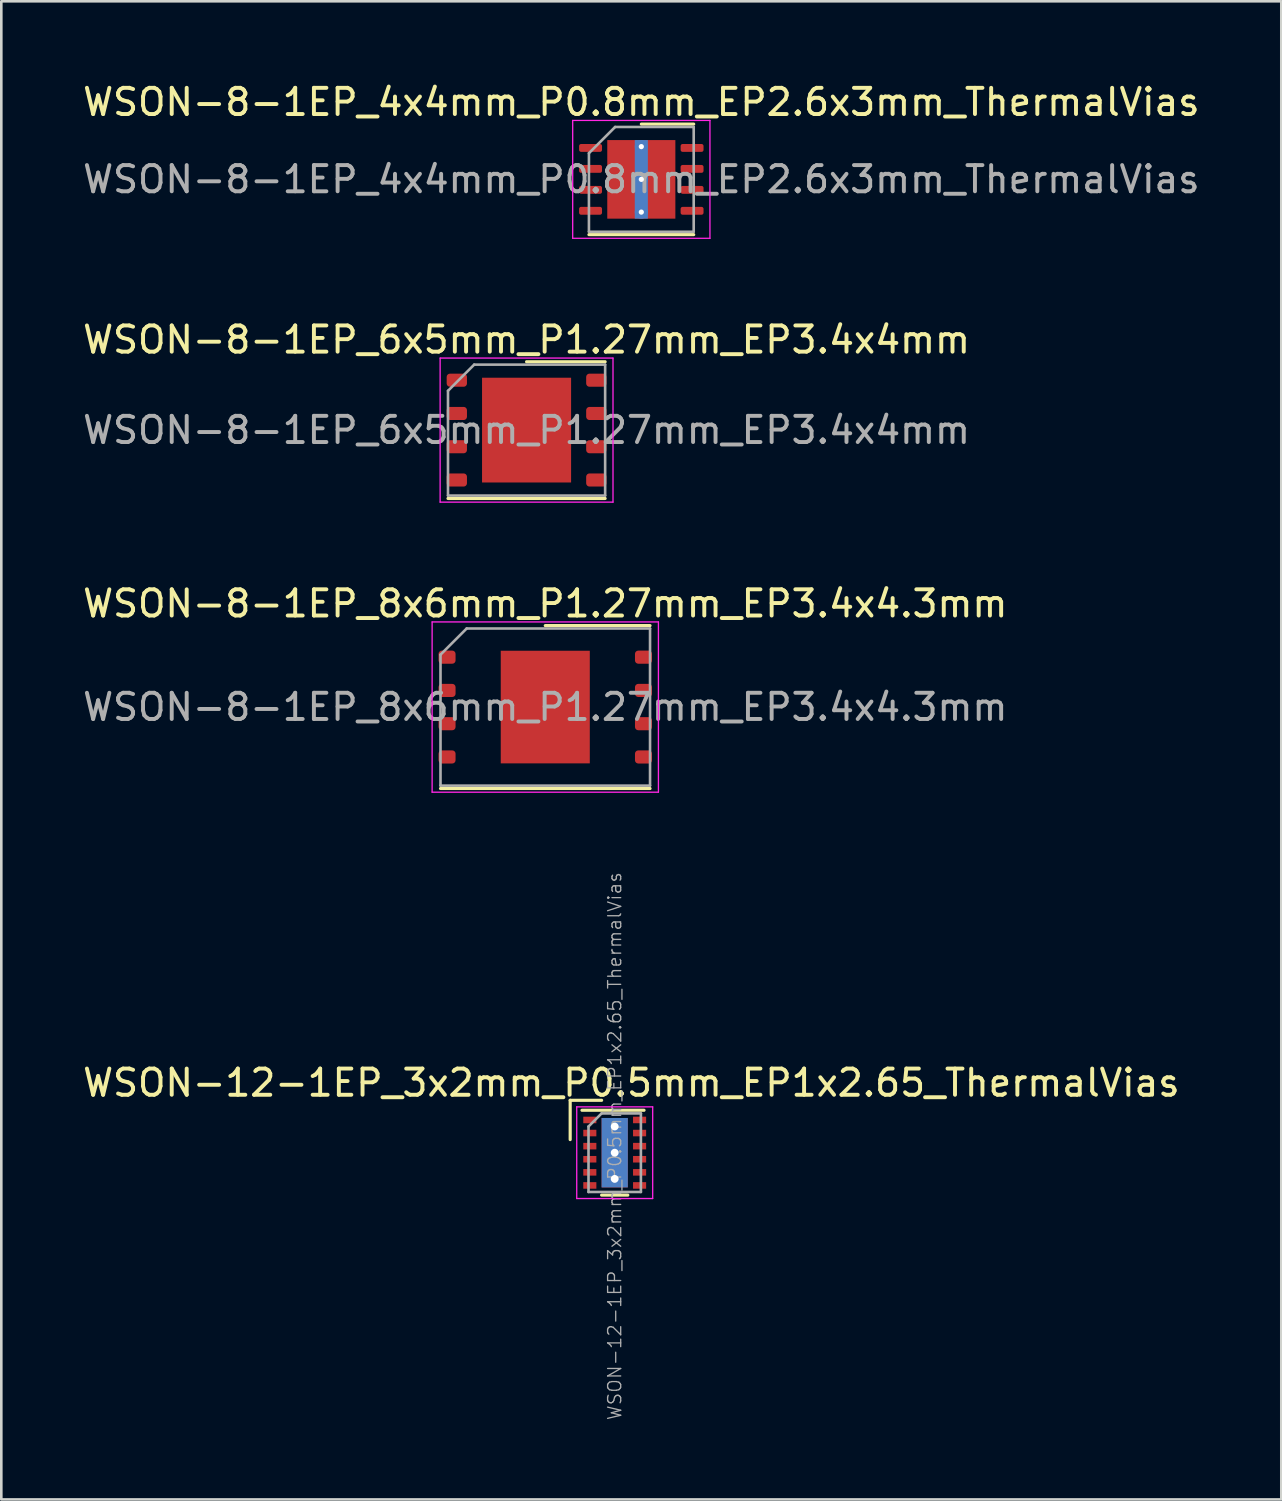
<source format=kicad_pcb>
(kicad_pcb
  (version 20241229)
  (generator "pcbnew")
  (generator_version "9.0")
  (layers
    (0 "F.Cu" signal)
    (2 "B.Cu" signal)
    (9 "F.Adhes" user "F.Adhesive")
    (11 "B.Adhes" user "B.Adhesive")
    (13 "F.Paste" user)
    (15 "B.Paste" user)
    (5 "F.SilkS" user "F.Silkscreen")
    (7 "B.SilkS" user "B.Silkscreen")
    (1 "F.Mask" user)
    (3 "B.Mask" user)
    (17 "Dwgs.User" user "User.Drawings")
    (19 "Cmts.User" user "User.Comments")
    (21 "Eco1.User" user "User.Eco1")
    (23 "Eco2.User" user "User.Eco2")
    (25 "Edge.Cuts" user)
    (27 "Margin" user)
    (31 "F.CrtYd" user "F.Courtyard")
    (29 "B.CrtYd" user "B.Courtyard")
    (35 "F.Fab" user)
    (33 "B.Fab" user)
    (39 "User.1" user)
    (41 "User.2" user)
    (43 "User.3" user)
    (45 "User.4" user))
  (footprint "WSON-8-1EP_6x5mm_P1.27mm_EP3.4x4mm"
    (layer "F.Cu")
    (at 17.054 13.371)
    (property "Reference" "WSON-8-1EP_6x5mm_P1.27mm_EP3.4x4mm" (at 0 -3.45 0) (layer "F.SilkS") (effects (font (size 1 1) (thickness 0.15))))
    (attr smd)
    (fp_line (start -3 2.61) (end 3 2.61) (stroke (width 0.12) (type solid)) (layer "F.SilkS"))
    (fp_line (start 0 -2.61) (end 3 -2.61) (stroke (width 0.12) (type solid)) (layer "F.SilkS"))
    (fp_line (start -3.3 -2.75) (end -3.3 2.75) (stroke (width 0.05) (type solid)) (layer "F.CrtYd"))
    (fp_line (start -3.3 2.75) (end 3.3 2.75) (stroke (width 0.05) (type solid)) (layer "F.CrtYd"))
    (fp_line (start 3.3 -2.75) (end -3.3 -2.75) (stroke (width 0.05) (type solid)) (layer "F.CrtYd"))
    (fp_line (start 3.3 2.75) (end 3.3 -2.75) (stroke (width 0.05) (type solid)) (layer "F.CrtYd"))
    (fp_line (start -3 -1.5) (end -2 -2.5) (stroke (width 0.1) (type solid)) (layer "F.Fab"))
    (fp_line (start -3 2.5) (end -3 -1.5) (stroke (width 0.1) (type solid)) (layer "F.Fab"))
    (fp_line (start -2 -2.5) (end 3 -2.5) (stroke (width 0.1) (type solid)) (layer "F.Fab"))
    (fp_line (start 3 -2.5) (end 3 2.5) (stroke (width 0.1) (type solid)) (layer "F.Fab"))
    (fp_line (start 3 2.5) (end -3 2.5) (stroke (width 0.1) (type solid)) (layer "F.Fab"))
    (fp_text user "${REFERENCE}" (at 0 0 0) (layer "F.Fab") (effects (font (size 1 1) (thickness 0.15))))
    (pad "" smd roundrect (at -0.85 -1) (size 1.37 1.61) (layers "F.Paste") (roundrect_rratio 0.182))
    (pad "" smd roundrect (at -0.85 1) (size 1.37 1.61) (layers "F.Paste") (roundrect_rratio 0.182))
    (pad "" smd roundrect (at 0.85 -1) (size 1.37 1.61) (layers "F.Paste") (roundrect_rratio 0.182))
    (pad "" smd roundrect (at 0.85 1) (size 1.37 1.61) (layers "F.Paste") (roundrect_rratio 0.182))
    (pad "1" smd roundrect (at -2.663 -1.905) (size 0.775 0.5) (layers "F.Cu" "F.Mask" "F.Paste") (roundrect_rratio 0.25))
    (pad "2" smd roundrect (at -2.663 -0.635) (size 0.775 0.5) (layers "F.Cu" "F.Mask" "F.Paste") (roundrect_rratio 0.25))
    (pad "3" smd roundrect (at -2.663 0.635) (size 0.775 0.5) (layers "F.Cu" "F.Mask" "F.Paste") (roundrect_rratio 0.25))
    (pad "4" smd roundrect (at -2.663 1.905) (size 0.775 0.5) (layers "F.Cu" "F.Mask" "F.Paste") (roundrect_rratio 0.25))
    (pad "5" smd roundrect (at 2.663 1.905) (size 0.775 0.5) (layers "F.Cu" "F.Mask" "F.Paste") (roundrect_rratio 0.25))
    (pad "6" smd roundrect (at 2.663 0.635) (size 0.775 0.5) (layers "F.Cu" "F.Mask" "F.Paste") (roundrect_rratio 0.25))
    (pad "7" smd roundrect (at 2.663 -0.635) (size 0.775 0.5) (layers "F.Cu" "F.Mask" "F.Paste") (roundrect_rratio 0.25))
    (pad "8" smd roundrect (at 2.663 -1.905) (size 0.775 0.5) (layers "F.Cu" "F.Mask" "F.Paste") (roundrect_rratio 0.25))
    (pad "9" smd rect (at 0 0) (size 3.4 4) (layers "F.Cu" "F.Mask")))
  (footprint "WSON-8-1EP_4x4mm_P0.8mm_EP2.6x3mm_ThermalVias"
    (layer "F.Cu")
    (at 21.435 3.798)
    (property "Reference" "WSON-8-1EP_4x4mm_P0.8mm_EP2.6x3mm_ThermalVias" (at 0 -2.95 0) (layer "F.SilkS") (effects (font (size 1 1) (thickness 0.15))))
    (attr smd)
    (fp_line (start -2 2.11) (end 2 2.11) (stroke (width 0.12) (type solid)) (layer "F.SilkS"))
    (fp_line (start 0 -2.11) (end 2 -2.11) (stroke (width 0.12) (type solid)) (layer "F.SilkS"))
    (fp_line (start -2.62 -2.25) (end -2.62 2.25) (stroke (width 0.05) (type solid)) (layer "F.CrtYd"))
    (fp_line (start -2.62 2.25) (end 2.62 2.25) (stroke (width 0.05) (type solid)) (layer "F.CrtYd"))
    (fp_line (start 2.62 -2.25) (end -2.62 -2.25) (stroke (width 0.05) (type solid)) (layer "F.CrtYd"))
    (fp_line (start 2.62 2.25) (end 2.62 -2.25) (stroke (width 0.05) (type solid)) (layer "F.CrtYd"))
    (fp_line (start -2 -1) (end -1 -2) (stroke (width 0.1) (type solid)) (layer "F.Fab"))
    (fp_line (start -2 2) (end -2 -1) (stroke (width 0.1) (type solid)) (layer "F.Fab"))
    (fp_line (start -1 -2) (end 2 -2) (stroke (width 0.1) (type solid)) (layer "F.Fab"))
    (fp_line (start 2 -2) (end 2 2) (stroke (width 0.1) (type solid)) (layer "F.Fab"))
    (fp_line (start 2 2) (end -2 2) (stroke (width 0.1) (type solid)) (layer "F.Fab"))
    (fp_text user "${REFERENCE}" (at 0 0 0) (layer "F.Fab") (effects (font (size 1 1) (thickness 0.15))))
    (pad "" smd roundrect (at -0.65 -0.625) (size 1.048 1.008) (layers "F.Paste") (roundrect_rratio 0.248))
    (pad "" smd roundrect (at -0.65 0.625) (size 1.048 1.008) (layers "F.Paste") (roundrect_rratio 0.248))
    (pad "" smd roundrect (at 0.65 -0.625) (size 1.048 1.008) (layers "F.Paste") (roundrect_rratio 0.248))
    (pad "" smd roundrect (at 0.65 0.625) (size 1.048 1.008) (layers "F.Paste") (roundrect_rratio 0.248))
    (pad "1" smd roundrect (at -1.938 -1.2) (size 0.875 0.3) (layers "F.Cu" "F.Mask" "F.Paste") (roundrect_rratio 0.25))
    (pad "2" smd roundrect (at -1.938 -0.4) (size 0.875 0.3) (layers "F.Cu" "F.Mask" "F.Paste") (roundrect_rratio 0.25))
    (pad "3" smd roundrect (at -1.938 0.4) (size 0.875 0.3) (layers "F.Cu" "F.Mask" "F.Paste") (roundrect_rratio 0.25))
    (pad "4" smd roundrect (at -1.938 1.2) (size 0.875 0.3) (layers "F.Cu" "F.Mask" "F.Paste") (roundrect_rratio 0.25))
    (pad "5" smd roundrect (at 1.938 1.2) (size 0.875 0.3) (layers "F.Cu" "F.Mask" "F.Paste") (roundrect_rratio 0.25))
    (pad "6" smd roundrect (at 1.938 0.4) (size 0.875 0.3) (layers "F.Cu" "F.Mask" "F.Paste") (roundrect_rratio 0.25))
    (pad "7" smd roundrect (at 1.938 -0.4) (size 0.875 0.3) (layers "F.Cu" "F.Mask" "F.Paste") (roundrect_rratio 0.25))
    (pad "8" smd roundrect (at 1.938 -1.2) (size 0.875 0.3) (layers "F.Cu" "F.Mask" "F.Paste") (roundrect_rratio 0.25))
    (pad "9" thru_hole circle (at 0 -1.25) (size 0.5 0.5) (drill 0.2) (layers "*.Cu"))
    (pad "9" thru_hole circle (at 0 0) (size 0.5 0.5) (drill 0.2) (layers "*.Cu"))
    (pad "9" smd rect (at 0 0) (size 0.5 3) (layers "B.Cu"))
    (pad "9" smd rect (at 0 0) (size 2.6 3) (layers "F.Cu" "F.Mask"))
    (pad "9" thru_hole circle (at 0 1.25) (size 0.5 0.5) (drill 0.2) (layers "*.Cu")))
  (footprint "WSON-12-1EP_3x2mm_P0.5mm_EP1x2.65_ThermalVias"
    (layer "F.Cu")
    (at 20.419 40.959)
    (property "Reference" "WSON-12-1EP_3x2mm_P0.5mm_EP1x2.65_ThermalVias" (at 0.635 -2.667 0) (layer "F.SilkS") (effects (font (size 1 1) (thickness 0.15))))
    (attr smd)
    (fp_line (start -1.7 -2) (end -0.5 -2) (stroke (width 0.12) (type solid)) (layer "F.SilkS"))
    (fp_line (start -1.7 -0.5) (end -1.7 -2) (stroke (width 0.12) (type solid)) (layer "F.SilkS"))
    (fp_line (start -1.25 -1.62) (end 1.12 -1.62) (stroke (width 0.12) (type solid)) (layer "F.SilkS"))
    (fp_line (start 0.5 1.62) (end -0.5 1.62) (stroke (width 0.12) (type solid)) (layer "F.SilkS"))
    (fp_line (start -1.45 -1.75) (end 1.45 -1.75) (stroke (width 0.05) (type solid)) (layer "F.CrtYd"))
    (fp_line (start -1.45 1.75) (end -1.45 -1.75) (stroke (width 0.05) (type solid)) (layer "F.CrtYd"))
    (fp_line (start 1.45 -1.75) (end 1.45 1.75) (stroke (width 0.05) (type solid)) (layer "F.CrtYd"))
    (fp_line (start 1.45 1.75) (end -1.45 1.75) (stroke (width 0.05) (type solid)) (layer "F.CrtYd"))
    (fp_line (start -1 -1) (end -0.5 -1.5) (stroke (width 0.1) (type solid)) (layer "F.Fab"))
    (fp_line (start -1 1.5) (end -1 -1) (stroke (width 0.1) (type solid)) (layer "F.Fab"))
    (fp_line (start -0.5 -1.5) (end 1 -1.5) (stroke (width 0.1) (type solid)) (layer "F.Fab"))
    (fp_line (start 1 -1.5) (end 1 1.5) (stroke (width 0.1) (type solid)) (layer "F.Fab"))
    (fp_line (start 1 1.5) (end -1 1.5) (stroke (width 0.1) (type solid)) (layer "F.Fab"))
    (fp_text user "${REFERENCE}" (at 0 -0.25 90) (layer "F.Fab") (effects (font (size 0.5 0.5) (thickness 0.05))))
    (pad "" smd rect (at 0 -0.5) (size 0.95 0.8) (layers "F.Paste"))
    (pad "" smd rect (at 0 0.5) (size 0.95 0.8) (layers "F.Paste"))
    (pad "1" smd rect (at -0.95 -1.25) (size 0.5 0.25) (layers "F.Cu" "F.Mask" "F.Paste"))
    (pad "2" smd rect (at -0.95 -0.75) (size 0.5 0.25) (layers "F.Cu" "F.Mask" "F.Paste"))
    (pad "3" smd rect (at -0.95 -0.25) (size 0.5 0.25) (layers "F.Cu" "F.Mask" "F.Paste"))
    (pad "4" smd rect (at -0.95 0.25) (size 0.5 0.25) (layers "F.Cu" "F.Mask" "F.Paste"))
    (pad "5" smd rect (at -0.95 0.75) (size 0.5 0.25) (layers "F.Cu" "F.Mask" "F.Paste"))
    (pad "6" smd rect (at -0.95 1.25) (size 0.5 0.25) (layers "F.Cu" "F.Mask" "F.Paste"))
    (pad "7" smd rect (at 0.95 1.25) (size 0.5 0.25) (layers "F.Cu" "F.Mask" "F.Paste"))
    (pad "8" smd rect (at 0.95 0.75) (size 0.5 0.25) (layers "F.Cu" "F.Mask" "F.Paste"))
    (pad "9" smd rect (at 0.95 0.25) (size 0.5 0.25) (layers "F.Cu" "F.Mask" "F.Paste"))
    (pad "10" smd rect (at 0.95 -0.25) (size 0.5 0.25) (layers "F.Cu" "F.Mask" "F.Paste"))
    (pad "11" smd rect (at 0.95 -0.75) (size 0.5 0.25) (layers "F.Cu" "F.Mask" "F.Paste"))
    (pad "12" smd rect (at 0.95 -1.25) (size 0.5 0.25) (layers "F.Cu" "F.Mask" "F.Paste"))
    (pad "13" thru_hole circle (at 0 -1 90) (size 0.6 0.6) (drill 0.3) (layers "*.Cu"))
    (pad "13" thru_hole circle (at 0 0) (size 0.6 0.6) (drill 0.3) (layers "*.Cu"))
    (pad "13" smd rect (at 0 0) (size 1 2.65) (layers "F.Cu" "F.Mask"))
    (pad "13" smd rect (at 0 0) (size 1 2.65) (layers "B.Cu"))
    (pad "13" thru_hole circle (at 0 1) (size 0.6 0.6) (drill 0.3) (layers "*.Cu")))
  (footprint "WSON-8-1EP_8x6mm_P1.27mm_EP3.4x4.3mm"
    (layer "F.Cu")
    (at 17.768 23.945)
    (property "Reference" "WSON-8-1EP_8x6mm_P1.27mm_EP3.4x4.3mm" (at 0 -3.95 0) (layer "F.SilkS") (effects (font (size 1 1) (thickness 0.15))))
    (attr smd)
    (fp_line (start -4 3.11) (end 4 3.11) (stroke (width 0.12) (type solid)) (layer "F.SilkS"))
    (fp_line (start 0 -3.11) (end 4 -3.11) (stroke (width 0.12) (type solid)) (layer "F.SilkS"))
    (fp_line (start -4.32 -3.25) (end -4.32 3.25) (stroke (width 0.05) (type solid)) (layer "F.CrtYd"))
    (fp_line (start -4.32 3.25) (end 4.32 3.25) (stroke (width 0.05) (type solid)) (layer "F.CrtYd"))
    (fp_line (start 4.32 -3.25) (end -4.32 -3.25) (stroke (width 0.05) (type solid)) (layer "F.CrtYd"))
    (fp_line (start 4.32 3.25) (end 4.32 -3.25) (stroke (width 0.05) (type solid)) (layer "F.CrtYd"))
    (fp_line (start -4 -2) (end -3 -3) (stroke (width 0.1) (type solid)) (layer "F.Fab"))
    (fp_line (start -4 3) (end -4 -2) (stroke (width 0.1) (type solid)) (layer "F.Fab"))
    (fp_line (start -3 -3) (end 4 -3) (stroke (width 0.1) (type solid)) (layer "F.Fab"))
    (fp_line (start 4 -3) (end 4 3) (stroke (width 0.1) (type solid)) (layer "F.Fab"))
    (fp_line (start 4 3) (end -4 3) (stroke (width 0.1) (type solid)) (layer "F.Fab"))
    (fp_text user "${REFERENCE}" (at 0 0 0) (layer "F.Fab") (effects (font (size 1 1) (thickness 0.15))))
    (pad "" smd roundrect (at -0.85 -1.075) (size 1.37 1.73) (layers "F.Paste") (roundrect_rratio 0.182))
    (pad "" smd roundrect (at -0.85 1.075) (size 1.37 1.73) (layers "F.Paste") (roundrect_rratio 0.182))
    (pad "" smd roundrect (at 0.85 -1.075) (size 1.37 1.73) (layers "F.Paste") (roundrect_rratio 0.182))
    (pad "" smd roundrect (at 0.85 1.075) (size 1.37 1.73) (layers "F.Paste") (roundrect_rratio 0.182))
    (pad "1" smd roundrect (at -3.75 -1.905) (size 0.65 0.5) (layers "F.Cu" "F.Mask" "F.Paste") (roundrect_rratio 0.25))
    (pad "2" smd roundrect (at -3.75 -0.635) (size 0.65 0.5) (layers "F.Cu" "F.Mask" "F.Paste") (roundrect_rratio 0.25))
    (pad "3" smd roundrect (at -3.75 0.635) (size 0.65 0.5) (layers "F.Cu" "F.Mask" "F.Paste") (roundrect_rratio 0.25))
    (pad "4" smd roundrect (at -3.75 1.905) (size 0.65 0.5) (layers "F.Cu" "F.Mask" "F.Paste") (roundrect_rratio 0.25))
    (pad "5" smd roundrect (at 3.75 1.905) (size 0.65 0.5) (layers "F.Cu" "F.Mask" "F.Paste") (roundrect_rratio 0.25))
    (pad "6" smd roundrect (at 3.75 0.635) (size 0.65 0.5) (layers "F.Cu" "F.Mask" "F.Paste") (roundrect_rratio 0.25))
    (pad "7" smd roundrect (at 3.75 -0.635) (size 0.65 0.5) (layers "F.Cu" "F.Mask" "F.Paste") (roundrect_rratio 0.25))
    (pad "8" smd roundrect (at 3.75 -1.905) (size 0.65 0.5) (layers "F.Cu" "F.Mask" "F.Paste") (roundrect_rratio 0.25))
    (pad "9" smd rect (at 0 0) (size 3.4 4.3) (layers "F.Cu" "F.Mask")))
  (gr_rect
    (start -3 -3)
    (end 45.869 54.198)
    (stroke (width 0.1) (type default))
    (fill no)
    (layer "Edge.Cuts")))
</source>
